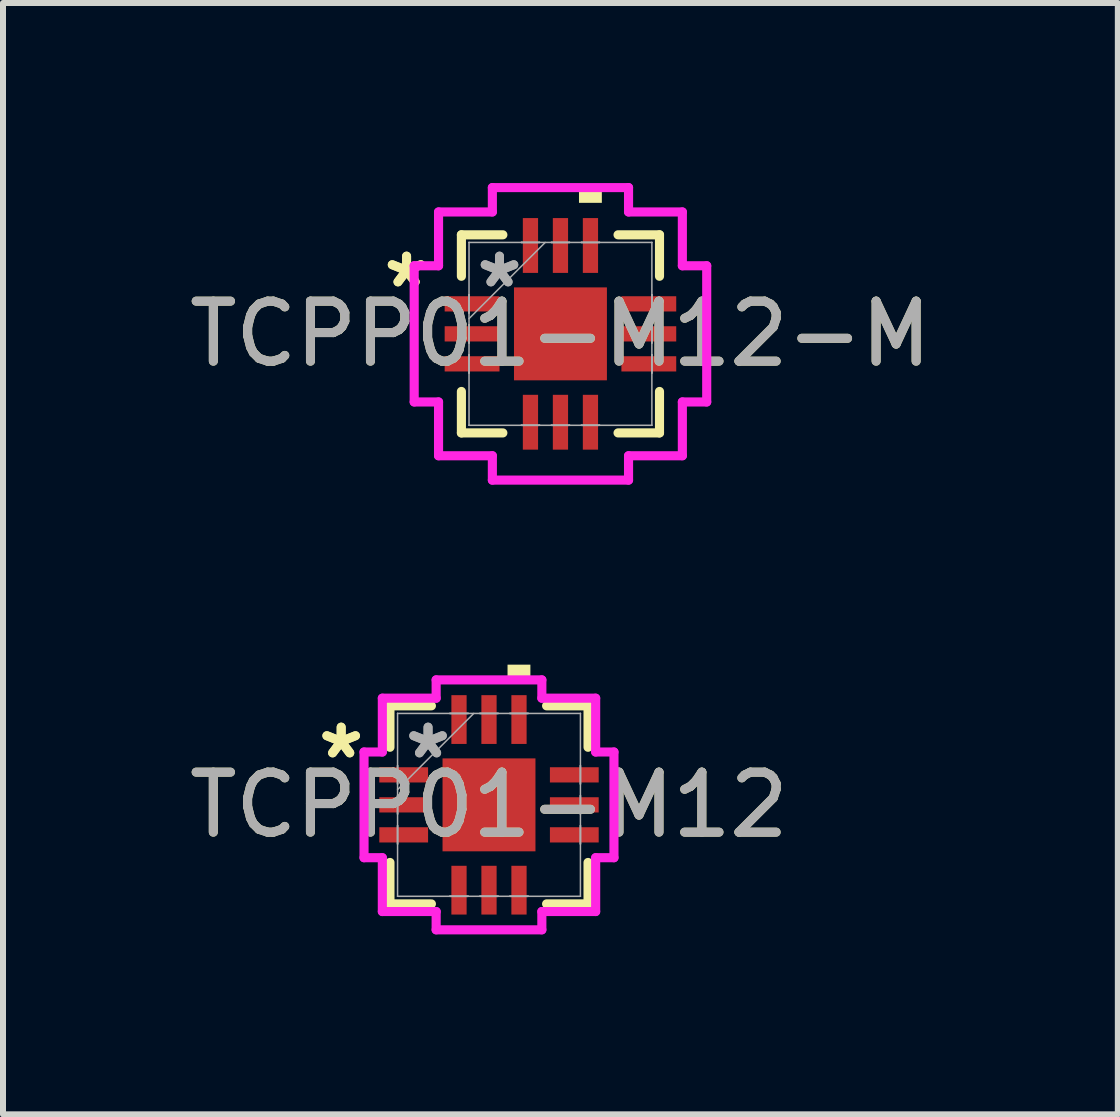
<source format=kicad_pcb>
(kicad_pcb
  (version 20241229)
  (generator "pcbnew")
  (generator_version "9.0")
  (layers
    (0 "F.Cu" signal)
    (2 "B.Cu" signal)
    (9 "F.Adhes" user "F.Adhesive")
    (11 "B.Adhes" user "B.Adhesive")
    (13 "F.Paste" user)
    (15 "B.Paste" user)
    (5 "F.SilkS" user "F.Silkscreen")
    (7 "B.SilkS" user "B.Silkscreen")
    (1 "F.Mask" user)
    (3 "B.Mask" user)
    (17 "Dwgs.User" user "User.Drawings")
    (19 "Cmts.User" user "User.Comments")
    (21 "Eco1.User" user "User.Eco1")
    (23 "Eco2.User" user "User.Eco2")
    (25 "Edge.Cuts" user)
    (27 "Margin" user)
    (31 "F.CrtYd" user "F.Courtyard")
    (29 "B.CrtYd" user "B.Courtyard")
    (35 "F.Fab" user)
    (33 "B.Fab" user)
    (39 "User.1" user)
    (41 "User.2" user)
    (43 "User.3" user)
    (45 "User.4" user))
  (footprint "TCPP01-M12"
    (layer "F.Cu")
    (at 5.101 10.366)
    (property "Reference" "TCPP01-M12" (at 0 0 0) (unlocked yes) (layer "F.SilkS") (effects (font (size 1 1) (thickness 0.15))))
    (attr smd)
    (fp_line (start -1.651 -1.651) (end -1.651 -0.96) (stroke (width 0.152) (type solid)) (layer "F.SilkS"))
    (fp_line (start -1.651 0.96) (end -1.651 1.651) (stroke (width 0.152) (type solid)) (layer "F.SilkS"))
    (fp_line (start -1.651 1.651) (end -0.96 1.651) (stroke (width 0.152) (type solid)) (layer "F.SilkS"))
    (fp_line (start -0.96 -1.651) (end -1.651 -1.651) (stroke (width 0.152) (type solid)) (layer "F.SilkS"))
    (fp_line (start 0.96 1.651) (end 1.651 1.651) (stroke (width 0.152) (type solid)) (layer "F.SilkS"))
    (fp_line (start 1.651 -1.651) (end 0.96 -1.651) (stroke (width 0.152) (type solid)) (layer "F.SilkS"))
    (fp_line (start 1.651 -0.96) (end 1.651 -1.651) (stroke (width 0.152) (type solid)) (layer "F.SilkS"))
    (fp_line (start 1.651 1.651) (end 1.651 0.96) (stroke (width 0.152) (type solid)) (layer "F.SilkS"))
    (fp_poly (pts (xy 0.309 -2.083) (xy 0.309 -2.337) (xy 0.69 -2.337) (xy 0.69 -2.083)) (stroke (width 0) (type solid)) (fill yes) (layer "F.SilkS"))
    (fp_line (start -2.083 -0.881) (end -1.778 -0.881) (stroke (width 0.152) (type solid)) (layer "F.CrtYd"))
    (fp_line (start -2.083 0.881) (end -2.083 -0.881) (stroke (width 0.152) (type solid)) (layer "F.CrtYd"))
    (fp_line (start -1.778 -1.778) (end -0.881 -1.778) (stroke (width 0.152) (type solid)) (layer "F.CrtYd"))
    (fp_line (start -1.778 -0.881) (end -1.778 -1.778) (stroke (width 0.152) (type solid)) (layer "F.CrtYd"))
    (fp_line (start -1.778 0.881) (end -2.083 0.881) (stroke (width 0.152) (type solid)) (layer "F.CrtYd"))
    (fp_line (start -1.778 1.778) (end -1.778 0.881) (stroke (width 0.152) (type solid)) (layer "F.CrtYd"))
    (fp_line (start -0.881 -2.083) (end 0.881 -2.083) (stroke (width 0.152) (type solid)) (layer "F.CrtYd"))
    (fp_line (start -0.881 -1.778) (end -0.881 -2.083) (stroke (width 0.152) (type solid)) (layer "F.CrtYd"))
    (fp_line (start -0.881 1.778) (end -1.778 1.778) (stroke (width 0.152) (type solid)) (layer "F.CrtYd"))
    (fp_line (start -0.881 2.083) (end -0.881 1.778) (stroke (width 0.152) (type solid)) (layer "F.CrtYd"))
    (fp_line (start 0.881 -2.083) (end 0.881 -1.778) (stroke (width 0.152) (type solid)) (layer "F.CrtYd"))
    (fp_line (start 0.881 -1.778) (end 1.778 -1.778) (stroke (width 0.152) (type solid)) (layer "F.CrtYd"))
    (fp_line (start 0.881 1.778) (end 0.881 2.083) (stroke (width 0.152) (type solid)) (layer "F.CrtYd"))
    (fp_line (start 0.881 2.083) (end -0.881 2.083) (stroke (width 0.152) (type solid)) (layer "F.CrtYd"))
    (fp_line (start 1.778 -1.778) (end 1.778 -0.881) (stroke (width 0.152) (type solid)) (layer "F.CrtYd"))
    (fp_line (start 1.778 -0.881) (end 2.083 -0.881) (stroke (width 0.152) (type solid)) (layer "F.CrtYd"))
    (fp_line (start 1.778 0.881) (end 1.778 1.778) (stroke (width 0.152) (type solid)) (layer "F.CrtYd"))
    (fp_line (start 1.778 1.778) (end 0.881 1.778) (stroke (width 0.152) (type solid)) (layer "F.CrtYd"))
    (fp_line (start 2.083 -0.881) (end 2.083 0.881) (stroke (width 0.152) (type solid)) (layer "F.CrtYd"))
    (fp_line (start 2.083 0.881) (end 1.778 0.881) (stroke (width 0.152) (type solid)) (layer "F.CrtYd"))
    (fp_line (start -1.524 -1.524) (end -1.524 -1.524) (stroke (width 0.025) (type solid)) (layer "F.Fab"))
    (fp_line (start -1.524 -1.524) (end -1.524 1.524) (stroke (width 0.025) (type solid)) (layer "F.Fab"))
    (fp_line (start -1.524 -0.652) (end -1.524 -0.652) (stroke (width 0.025) (type solid)) (layer "F.Fab"))
    (fp_line (start -1.524 -0.652) (end -1.524 -0.348) (stroke (width 0.025) (type solid)) (layer "F.Fab"))
    (fp_line (start -1.524 -0.348) (end -1.524 -0.652) (stroke (width 0.025) (type solid)) (layer "F.Fab"))
    (fp_line (start -1.524 -0.348) (end -1.524 -0.348) (stroke (width 0.025) (type solid)) (layer "F.Fab"))
    (fp_line (start -1.524 -0.254) (end -0.254 -1.524) (stroke (width 0.025) (type solid)) (layer "F.Fab"))
    (fp_line (start -1.524 -0.152) (end -1.524 -0.152) (stroke (width 0.025) (type solid)) (layer "F.Fab"))
    (fp_line (start -1.524 -0.152) (end -1.524 0.152) (stroke (width 0.025) (type solid)) (layer "F.Fab"))
    (fp_line (start -1.524 0.152) (end -1.524 -0.152) (stroke (width 0.025) (type solid)) (layer "F.Fab"))
    (fp_line (start -1.524 0.152) (end -1.524 0.152) (stroke (width 0.025) (type solid)) (layer "F.Fab"))
    (fp_line (start -1.524 0.348) (end -1.524 0.348) (stroke (width 0.025) (type solid)) (layer "F.Fab"))
    (fp_line (start -1.524 0.348) (end -1.524 0.652) (stroke (width 0.025) (type solid)) (layer "F.Fab"))
    (fp_line (start -1.524 0.652) (end -1.524 0.348) (stroke (width 0.025) (type solid)) (layer "F.Fab"))
    (fp_line (start -1.524 0.652) (end -1.524 0.652) (stroke (width 0.025) (type solid)) (layer "F.Fab"))
    (fp_line (start -1.524 1.524) (end -1.524 1.524) (stroke (width 0.025) (type solid)) (layer "F.Fab"))
    (fp_line (start -1.524 1.524) (end 1.524 1.524) (stroke (width 0.025) (type solid)) (layer "F.Fab"))
    (fp_line (start -0.652 -1.524) (end -0.652 -1.524) (stroke (width 0.025) (type solid)) (layer "F.Fab"))
    (fp_line (start -0.652 -1.524) (end -0.348 -1.524) (stroke (width 0.025) (type solid)) (layer "F.Fab"))
    (fp_line (start -0.652 1.524) (end -0.652 1.524) (stroke (width 0.025) (type solid)) (layer "F.Fab"))
    (fp_line (start -0.652 1.524) (end -0.348 1.524) (stroke (width 0.025) (type solid)) (layer "F.Fab"))
    (fp_line (start -0.348 -1.524) (end -0.652 -1.524) (stroke (width 0.025) (type solid)) (layer "F.Fab"))
    (fp_line (start -0.348 -1.524) (end -0.348 -1.524) (stroke (width 0.025) (type solid)) (layer "F.Fab"))
    (fp_line (start -0.348 1.524) (end -0.652 1.524) (stroke (width 0.025) (type solid)) (layer "F.Fab"))
    (fp_line (start -0.348 1.524) (end -0.348 1.524) (stroke (width 0.025) (type solid)) (layer "F.Fab"))
    (fp_line (start -0.152 -1.524) (end -0.152 -1.524) (stroke (width 0.025) (type solid)) (layer "F.Fab"))
    (fp_line (start -0.152 -1.524) (end 0.152 -1.524) (stroke (width 0.025) (type solid)) (layer "F.Fab"))
    (fp_line (start -0.152 1.524) (end -0.152 1.524) (stroke (width 0.025) (type solid)) (layer "F.Fab"))
    (fp_line (start -0.152 1.524) (end 0.152 1.524) (stroke (width 0.025) (type solid)) (layer "F.Fab"))
    (fp_line (start 0.152 -1.524) (end -0.152 -1.524) (stroke (width 0.025) (type solid)) (layer "F.Fab"))
    (fp_line (start 0.152 -1.524) (end 0.152 -1.524) (stroke (width 0.025) (type solid)) (layer "F.Fab"))
    (fp_line (start 0.152 1.524) (end -0.152 1.524) (stroke (width 0.025) (type solid)) (layer "F.Fab"))
    (fp_line (start 0.152 1.524) (end 0.152 1.524) (stroke (width 0.025) (type solid)) (layer "F.Fab"))
    (fp_line (start 0.348 -1.524) (end 0.348 -1.524) (stroke (width 0.025) (type solid)) (layer "F.Fab"))
    (fp_line (start 0.348 -1.524) (end 0.652 -1.524) (stroke (width 0.025) (type solid)) (layer "F.Fab"))
    (fp_line (start 0.348 1.524) (end 0.348 1.524) (stroke (width 0.025) (type solid)) (layer "F.Fab"))
    (fp_line (start 0.348 1.524) (end 0.652 1.524) (stroke (width 0.025) (type solid)) (layer "F.Fab"))
    (fp_line (start 0.652 -1.524) (end 0.348 -1.524) (stroke (width 0.025) (type solid)) (layer "F.Fab"))
    (fp_line (start 0.652 -1.524) (end 0.652 -1.524) (stroke (width 0.025) (type solid)) (layer "F.Fab"))
    (fp_line (start 0.652 1.524) (end 0.348 1.524) (stroke (width 0.025) (type solid)) (layer "F.Fab"))
    (fp_line (start 0.652 1.524) (end 0.652 1.524) (stroke (width 0.025) (type solid)) (layer "F.Fab"))
    (fp_line (start 1.524 -1.524) (end -1.524 -1.524) (stroke (width 0.025) (type solid)) (layer "F.Fab"))
    (fp_line (start 1.524 -1.524) (end 1.524 -1.524) (stroke (width 0.025) (type solid)) (layer "F.Fab"))
    (fp_line (start 1.524 -0.652) (end 1.524 -0.652) (stroke (width 0.025) (type solid)) (layer "F.Fab"))
    (fp_line (start 1.524 -0.652) (end 1.524 -0.348) (stroke (width 0.025) (type solid)) (layer "F.Fab"))
    (fp_line (start 1.524 -0.348) (end 1.524 -0.652) (stroke (width 0.025) (type solid)) (layer "F.Fab"))
    (fp_line (start 1.524 -0.348) (end 1.524 -0.348) (stroke (width 0.025) (type solid)) (layer "F.Fab"))
    (fp_line (start 1.524 -0.152) (end 1.524 -0.152) (stroke (width 0.025) (type solid)) (layer "F.Fab"))
    (fp_line (start 1.524 -0.152) (end 1.524 0.152) (stroke (width 0.025) (type solid)) (layer "F.Fab"))
    (fp_line (start 1.524 0.152) (end 1.524 -0.152) (stroke (width 0.025) (type solid)) (layer "F.Fab"))
    (fp_line (start 1.524 0.152) (end 1.524 0.152) (stroke (width 0.025) (type solid)) (layer "F.Fab"))
    (fp_line (start 1.524 0.348) (end 1.524 0.348) (stroke (width 0.025) (type solid)) (layer "F.Fab"))
    (fp_line (start 1.524 0.348) (end 1.524 0.652) (stroke (width 0.025) (type solid)) (layer "F.Fab"))
    (fp_line (start 1.524 0.652) (end 1.524 0.348) (stroke (width 0.025) (type solid)) (layer "F.Fab"))
    (fp_line (start 1.524 0.652) (end 1.524 0.652) (stroke (width 0.025) (type solid)) (layer "F.Fab"))
    (fp_line (start 1.524 1.524) (end 1.524 -1.524) (stroke (width 0.025) (type solid)) (layer "F.Fab"))
    (fp_line (start 1.524 1.524) (end 1.524 1.524) (stroke (width 0.025) (type solid)) (layer "F.Fab"))
    (fp_text user "*" (at -2.464 -0.75 0) (unlocked yes) (layer "F.SilkS") (effects (font (size 1 1) (thickness 0.15))))
    (fp_text user "*" (at -2.464 -0.75 0) (layer "F.SilkS") (effects (font (size 1 1) (thickness 0.15))))
    (fp_text user "${REFERENCE}" (at 0 0 0) (unlocked yes) (layer "F.Fab") (effects (font (size 1 1) (thickness 0.15))))
    (fp_text user "*" (at -1.016 -0.75 0) (layer "F.Fab") (effects (font (size 1 1) (thickness 0.15))))
    (fp_text user "*" (at -1.016 -0.75 0) (unlocked yes) (layer "F.Fab") (effects (font (size 1 1) (thickness 0.15))))
    (pad "1" smd rect (at -1.422 -0.5 90) (size 0.254 0.813) (layers "F.Cu" "F.Mask" "F.Paste"))
    (pad "2" smd rect (at -1.422 0 90) (size 0.254 0.813) (layers "F.Cu" "F.Mask" "F.Paste"))
    (pad "3" smd rect (at -1.422 0.5 90) (size 0.254 0.813) (layers "F.Cu" "F.Mask" "F.Paste"))
    (pad "4" smd rect (at -0.5 1.422) (size 0.254 0.813) (layers "F.Cu" "F.Mask" "F.Paste"))
    (pad "5" smd rect (at 0 1.422) (size 0.254 0.813) (layers "F.Cu" "F.Mask" "F.Paste"))
    (pad "6" smd rect (at 0.5 1.422) (size 0.254 0.813) (layers "F.Cu" "F.Mask" "F.Paste"))
    (pad "7" smd rect (at 1.422 0.5 90) (size 0.254 0.813) (layers "F.Cu" "F.Mask" "F.Paste"))
    (pad "8" smd rect (at 1.422 0 90) (size 0.254 0.813) (layers "F.Cu" "F.Mask" "F.Paste"))
    (pad "9" smd rect (at 1.422 -0.5 90) (size 0.254 0.813) (layers "F.Cu" "F.Mask" "F.Paste"))
    (pad "10" smd rect (at 0.5 -1.422) (size 0.254 0.813) (layers "F.Cu" "F.Mask" "F.Paste"))
    (pad "11" smd rect (at 0 -1.422) (size 0.254 0.813) (layers "F.Cu" "F.Mask" "F.Paste"))
    (pad "12" smd rect (at -0.5 -1.422) (size 0.254 0.813) (layers "F.Cu" "F.Mask" "F.Paste"))
    (pad "13" smd rect (at 0 0) (size 1.549 1.549) (layers "F.Cu" "F.Mask" "F.Paste")))
  (footprint "TCPP01-M12-M"
    (layer "F.Cu")
    (at 6.292 2.515)
    (property "Reference" "TCPP01-M12-M" (at 0 0 0) (unlocked yes) (layer "F.SilkS") (effects (font (size 1 1) (thickness 0.15))))
    (attr smd)
    (fp_line (start -1.651 -1.651) (end -1.651 -0.96) (stroke (width 0.152) (type solid)) (layer "F.SilkS"))
    (fp_line (start -1.651 0.96) (end -1.651 1.651) (stroke (width 0.152) (type solid)) (layer "F.SilkS"))
    (fp_line (start -1.651 1.651) (end -0.96 1.651) (stroke (width 0.152) (type solid)) (layer "F.SilkS"))
    (fp_line (start -0.96 -1.651) (end -1.651 -1.651) (stroke (width 0.152) (type solid)) (layer "F.SilkS"))
    (fp_line (start 0.96 1.651) (end 1.651 1.651) (stroke (width 0.152) (type solid)) (layer "F.SilkS"))
    (fp_line (start 1.651 -1.651) (end 0.96 -1.651) (stroke (width 0.152) (type solid)) (layer "F.SilkS"))
    (fp_line (start 1.651 -0.96) (end 1.651 -1.651) (stroke (width 0.152) (type solid)) (layer "F.SilkS"))
    (fp_line (start 1.651 1.651) (end 1.651 0.96) (stroke (width 0.152) (type solid)) (layer "F.SilkS"))
    (fp_poly (pts (xy 0.309 -2.184) (xy 0.309 -2.438) (xy 0.69 -2.438) (xy 0.69 -2.184)) (stroke (width 0) (type solid)) (fill yes) (layer "F.SilkS"))
    (fp_line (start -2.438 -1.135) (end -2.032 -1.135) (stroke (width 0.152) (type solid)) (layer "F.CrtYd"))
    (fp_line (start -2.438 1.135) (end -2.438 -1.135) (stroke (width 0.152) (type solid)) (layer "F.CrtYd"))
    (fp_line (start -2.032 -2.032) (end -1.135 -2.032) (stroke (width 0.152) (type solid)) (layer "F.CrtYd"))
    (fp_line (start -2.032 -1.135) (end -2.032 -2.032) (stroke (width 0.152) (type solid)) (layer "F.CrtYd"))
    (fp_line (start -2.032 1.135) (end -2.438 1.135) (stroke (width 0.152) (type solid)) (layer "F.CrtYd"))
    (fp_line (start -2.032 2.032) (end -2.032 1.135) (stroke (width 0.152) (type solid)) (layer "F.CrtYd"))
    (fp_line (start -1.135 -2.438) (end 1.135 -2.438) (stroke (width 0.152) (type solid)) (layer "F.CrtYd"))
    (fp_line (start -1.135 -2.032) (end -1.135 -2.438) (stroke (width 0.152) (type solid)) (layer "F.CrtYd"))
    (fp_line (start -1.135 2.032) (end -2.032 2.032) (stroke (width 0.152) (type solid)) (layer "F.CrtYd"))
    (fp_line (start -1.135 2.438) (end -1.135 2.032) (stroke (width 0.152) (type solid)) (layer "F.CrtYd"))
    (fp_line (start 1.135 -2.438) (end 1.135 -2.032) (stroke (width 0.152) (type solid)) (layer "F.CrtYd"))
    (fp_line (start 1.135 -2.032) (end 2.032 -2.032) (stroke (width 0.152) (type solid)) (layer "F.CrtYd"))
    (fp_line (start 1.135 2.032) (end 1.135 2.438) (stroke (width 0.152) (type solid)) (layer "F.CrtYd"))
    (fp_line (start 1.135 2.438) (end -1.135 2.438) (stroke (width 0.152) (type solid)) (layer "F.CrtYd"))
    (fp_line (start 2.032 -2.032) (end 2.032 -1.135) (stroke (width 0.152) (type solid)) (layer "F.CrtYd"))
    (fp_line (start 2.032 -1.135) (end 2.438 -1.135) (stroke (width 0.152) (type solid)) (layer "F.CrtYd"))
    (fp_line (start 2.032 1.135) (end 2.032 2.032) (stroke (width 0.152) (type solid)) (layer "F.CrtYd"))
    (fp_line (start 2.032 2.032) (end 1.135 2.032) (stroke (width 0.152) (type solid)) (layer "F.CrtYd"))
    (fp_line (start 2.438 -1.135) (end 2.438 1.135) (stroke (width 0.152) (type solid)) (layer "F.CrtYd"))
    (fp_line (start 2.438 1.135) (end 2.032 1.135) (stroke (width 0.152) (type solid)) (layer "F.CrtYd"))
    (fp_line (start -1.524 -1.524) (end -1.524 -1.524) (stroke (width 0.025) (type solid)) (layer "F.Fab"))
    (fp_line (start -1.524 -1.524) (end -1.524 1.524) (stroke (width 0.025) (type solid)) (layer "F.Fab"))
    (fp_line (start -1.524 -0.652) (end -1.524 -0.652) (stroke (width 0.025) (type solid)) (layer "F.Fab"))
    (fp_line (start -1.524 -0.652) (end -1.524 -0.348) (stroke (width 0.025) (type solid)) (layer "F.Fab"))
    (fp_line (start -1.524 -0.348) (end -1.524 -0.652) (stroke (width 0.025) (type solid)) (layer "F.Fab"))
    (fp_line (start -1.524 -0.348) (end -1.524 -0.348) (stroke (width 0.025) (type solid)) (layer "F.Fab"))
    (fp_line (start -1.524 -0.254) (end -0.254 -1.524) (stroke (width 0.025) (type solid)) (layer "F.Fab"))
    (fp_line (start -1.524 -0.152) (end -1.524 -0.152) (stroke (width 0.025) (type solid)) (layer "F.Fab"))
    (fp_line (start -1.524 -0.152) (end -1.524 0.152) (stroke (width 0.025) (type solid)) (layer "F.Fab"))
    (fp_line (start -1.524 0.152) (end -1.524 -0.152) (stroke (width 0.025) (type solid)) (layer "F.Fab"))
    (fp_line (start -1.524 0.152) (end -1.524 0.152) (stroke (width 0.025) (type solid)) (layer "F.Fab"))
    (fp_line (start -1.524 0.348) (end -1.524 0.348) (stroke (width 0.025) (type solid)) (layer "F.Fab"))
    (fp_line (start -1.524 0.348) (end -1.524 0.652) (stroke (width 0.025) (type solid)) (layer "F.Fab"))
    (fp_line (start -1.524 0.652) (end -1.524 0.348) (stroke (width 0.025) (type solid)) (layer "F.Fab"))
    (fp_line (start -1.524 0.652) (end -1.524 0.652) (stroke (width 0.025) (type solid)) (layer "F.Fab"))
    (fp_line (start -1.524 1.524) (end -1.524 1.524) (stroke (width 0.025) (type solid)) (layer "F.Fab"))
    (fp_line (start -1.524 1.524) (end 1.524 1.524) (stroke (width 0.025) (type solid)) (layer "F.Fab"))
    (fp_line (start -0.652 -1.524) (end -0.652 -1.524) (stroke (width 0.025) (type solid)) (layer "F.Fab"))
    (fp_line (start -0.652 -1.524) (end -0.348 -1.524) (stroke (width 0.025) (type solid)) (layer "F.Fab"))
    (fp_line (start -0.652 1.524) (end -0.652 1.524) (stroke (width 0.025) (type solid)) (layer "F.Fab"))
    (fp_line (start -0.652 1.524) (end -0.348 1.524) (stroke (width 0.025) (type solid)) (layer "F.Fab"))
    (fp_line (start -0.348 -1.524) (end -0.652 -1.524) (stroke (width 0.025) (type solid)) (layer "F.Fab"))
    (fp_line (start -0.348 -1.524) (end -0.348 -1.524) (stroke (width 0.025) (type solid)) (layer "F.Fab"))
    (fp_line (start -0.348 1.524) (end -0.652 1.524) (stroke (width 0.025) (type solid)) (layer "F.Fab"))
    (fp_line (start -0.348 1.524) (end -0.348 1.524) (stroke (width 0.025) (type solid)) (layer "F.Fab"))
    (fp_line (start -0.152 -1.524) (end -0.152 -1.524) (stroke (width 0.025) (type solid)) (layer "F.Fab"))
    (fp_line (start -0.152 -1.524) (end 0.152 -1.524) (stroke (width 0.025) (type solid)) (layer "F.Fab"))
    (fp_line (start -0.152 1.524) (end -0.152 1.524) (stroke (width 0.025) (type solid)) (layer "F.Fab"))
    (fp_line (start -0.152 1.524) (end 0.152 1.524) (stroke (width 0.025) (type solid)) (layer "F.Fab"))
    (fp_line (start 0.152 -1.524) (end -0.152 -1.524) (stroke (width 0.025) (type solid)) (layer "F.Fab"))
    (fp_line (start 0.152 -1.524) (end 0.152 -1.524) (stroke (width 0.025) (type solid)) (layer "F.Fab"))
    (fp_line (start 0.152 1.524) (end -0.152 1.524) (stroke (width 0.025) (type solid)) (layer "F.Fab"))
    (fp_line (start 0.152 1.524) (end 0.152 1.524) (stroke (width 0.025) (type solid)) (layer "F.Fab"))
    (fp_line (start 0.348 -1.524) (end 0.348 -1.524) (stroke (width 0.025) (type solid)) (layer "F.Fab"))
    (fp_line (start 0.348 -1.524) (end 0.652 -1.524) (stroke (width 0.025) (type solid)) (layer "F.Fab"))
    (fp_line (start 0.348 1.524) (end 0.348 1.524) (stroke (width 0.025) (type solid)) (layer "F.Fab"))
    (fp_line (start 0.348 1.524) (end 0.652 1.524) (stroke (width 0.025) (type solid)) (layer "F.Fab"))
    (fp_line (start 0.652 -1.524) (end 0.348 -1.524) (stroke (width 0.025) (type solid)) (layer "F.Fab"))
    (fp_line (start 0.652 -1.524) (end 0.652 -1.524) (stroke (width 0.025) (type solid)) (layer "F.Fab"))
    (fp_line (start 0.652 1.524) (end 0.348 1.524) (stroke (width 0.025) (type solid)) (layer "F.Fab"))
    (fp_line (start 0.652 1.524) (end 0.652 1.524) (stroke (width 0.025) (type solid)) (layer "F.Fab"))
    (fp_line (start 1.524 -1.524) (end -1.524 -1.524) (stroke (width 0.025) (type solid)) (layer "F.Fab"))
    (fp_line (start 1.524 -1.524) (end 1.524 -1.524) (stroke (width 0.025) (type solid)) (layer "F.Fab"))
    (fp_line (start 1.524 -0.652) (end 1.524 -0.652) (stroke (width 0.025) (type solid)) (layer "F.Fab"))
    (fp_line (start 1.524 -0.652) (end 1.524 -0.348) (stroke (width 0.025) (type solid)) (layer "F.Fab"))
    (fp_line (start 1.524 -0.348) (end 1.524 -0.652) (stroke (width 0.025) (type solid)) (layer "F.Fab"))
    (fp_line (start 1.524 -0.348) (end 1.524 -0.348) (stroke (width 0.025) (type solid)) (layer "F.Fab"))
    (fp_line (start 1.524 -0.152) (end 1.524 -0.152) (stroke (width 0.025) (type solid)) (layer "F.Fab"))
    (fp_line (start 1.524 -0.152) (end 1.524 0.152) (stroke (width 0.025) (type solid)) (layer "F.Fab"))
    (fp_line (start 1.524 0.152) (end 1.524 -0.152) (stroke (width 0.025) (type solid)) (layer "F.Fab"))
    (fp_line (start 1.524 0.152) (end 1.524 0.152) (stroke (width 0.025) (type solid)) (layer "F.Fab"))
    (fp_line (start 1.524 0.348) (end 1.524 0.348) (stroke (width 0.025) (type solid)) (layer "F.Fab"))
    (fp_line (start 1.524 0.348) (end 1.524 0.652) (stroke (width 0.025) (type solid)) (layer "F.Fab"))
    (fp_line (start 1.524 0.652) (end 1.524 0.348) (stroke (width 0.025) (type solid)) (layer "F.Fab"))
    (fp_line (start 1.524 0.652) (end 1.524 0.652) (stroke (width 0.025) (type solid)) (layer "F.Fab"))
    (fp_line (start 1.524 1.524) (end 1.524 -1.524) (stroke (width 0.025) (type solid)) (layer "F.Fab"))
    (fp_line (start 1.524 1.524) (end 1.524 1.524) (stroke (width 0.025) (type solid)) (layer "F.Fab"))
    (fp_text user "*" (at -2.565 -0.75 0) (unlocked yes) (layer "F.SilkS") (effects (font (size 1 1) (thickness 0.15))))
    (fp_text user "*" (at -2.565 -0.75 0) (layer "F.SilkS") (effects (font (size 1 1) (thickness 0.15))))
    (fp_text user "*" (at -1.016 -0.75 0) (unlocked yes) (layer "F.Fab") (effects (font (size 1 1) (thickness 0.15))))
    (fp_text user "${REFERENCE}" (at 0 0 0) (unlocked yes) (layer "F.Fab") (effects (font (size 1 1) (thickness 0.15))))
    (fp_text user "*" (at -1.016 -0.75 0) (layer "F.Fab") (effects (font (size 1 1) (thickness 0.15))))
    (pad "1" smd rect (at -1.473 -0.5 90) (size 0.254 0.914) (layers "F.Cu" "F.Mask" "F.Paste"))
    (pad "2" smd rect (at -1.473 0 90) (size 0.254 0.914) (layers "F.Cu" "F.Mask" "F.Paste"))
    (pad "3" smd rect (at -1.473 0.5 90) (size 0.254 0.914) (layers "F.Cu" "F.Mask" "F.Paste"))
    (pad "4" smd rect (at -0.5 1.473) (size 0.254 0.914) (layers "F.Cu" "F.Mask" "F.Paste"))
    (pad "5" smd rect (at 0 1.473) (size 0.254 0.914) (layers "F.Cu" "F.Mask" "F.Paste"))
    (pad "6" smd rect (at 0.5 1.473) (size 0.254 0.914) (layers "F.Cu" "F.Mask" "F.Paste"))
    (pad "7" smd rect (at 1.473 0.5 90) (size 0.254 0.914) (layers "F.Cu" "F.Mask" "F.Paste"))
    (pad "8" smd rect (at 1.473 0 90) (size 0.254 0.914) (layers "F.Cu" "F.Mask" "F.Paste"))
    (pad "9" smd rect (at 1.473 -0.5 90) (size 0.254 0.914) (layers "F.Cu" "F.Mask" "F.Paste"))
    (pad "10" smd rect (at 0.5 -1.473) (size 0.254 0.914) (layers "F.Cu" "F.Mask" "F.Paste"))
    (pad "11" smd rect (at 0 -1.473) (size 0.254 0.914) (layers "F.Cu" "F.Mask" "F.Paste"))
    (pad "12" smd rect (at -0.5 -1.473) (size 0.254 0.914) (layers "F.Cu" "F.Mask" "F.Paste"))
    (pad "13" smd rect (at 0 0) (size 1.549 1.549) (layers "F.Cu" "F.Mask" "F.Paste")))
  (gr_rect
    (start -3 -3)
    (end 15.583 15.525)
    (stroke (width 0.1) (type default))
    (fill no)
    (layer "Edge.Cuts")))
</source>
